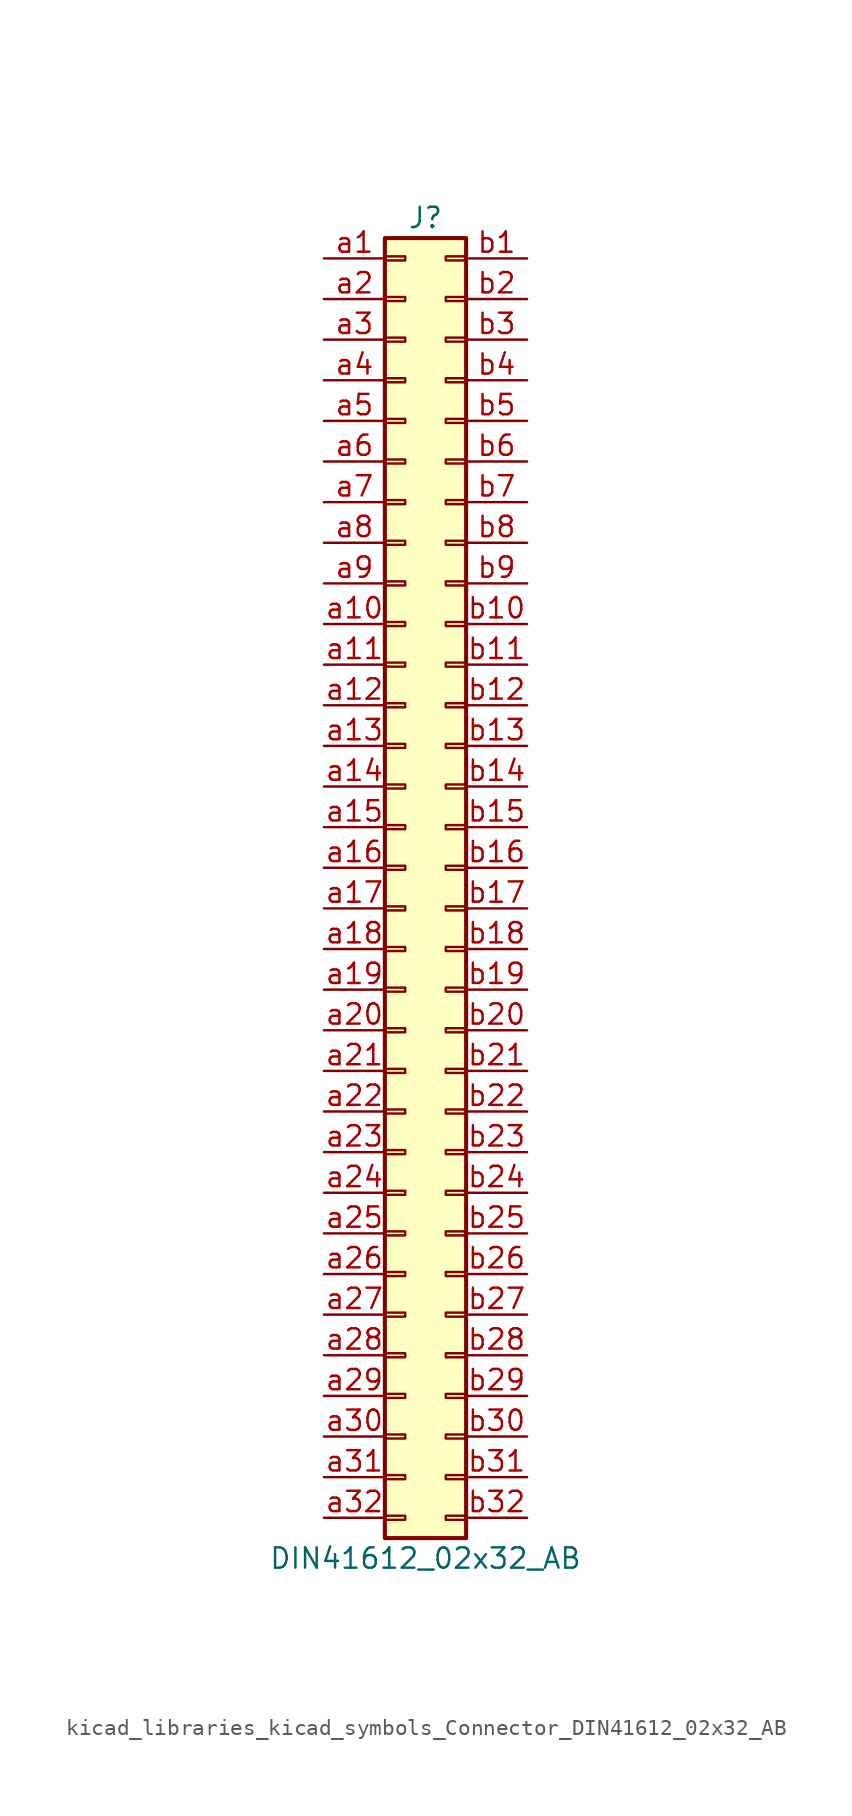
<source format=kicad_sym>
(kicad_symbol_lib
  (version 20220914)
  (generator kicad_symbol_editor)
  (symbol "kicad_libraries_kicad_symbols_Connector_DIN41612_02x32_AB"
    (pin_names
      (offset 1.016) hide)
    (property "Reference" "J"
      (at 1.27 40.64 0)
      (effects (font (size 1.27 1.27))))
    (property "Value" "DIN41612_02x32_AB"
      (at 1.27 -43.18 0)
      (effects (font (size 1.27 1.27))))
    (symbol "kicad_libraries_kicad_symbols_Connector_DIN41612_02x32_AB_1_1"
      (rectangle (start -1.27 -40.513) (end 0 -40.767) (stroke (width 0.152) (type default)) (fill (type none)))
      (rectangle (start -1.27 -37.973) (end 0 -38.227) (stroke (width 0.152) (type default)) (fill (type none)))
      (rectangle (start -1.27 -35.433) (end 0 -35.687) (stroke (width 0.152) (type default)) (fill (type none)))
      (rectangle (start -1.27 -32.893) (end 0 -33.147) (stroke (width 0.152) (type default)) (fill (type none)))
      (rectangle (start -1.27 -30.353) (end 0 -30.607) (stroke (width 0.152) (type default)) (fill (type none)))
      (rectangle (start -1.27 -27.813) (end 0 -28.067) (stroke (width 0.152) (type default)) (fill (type none)))
      (rectangle (start -1.27 -25.273) (end 0 -25.527) (stroke (width 0.152) (type default)) (fill (type none)))
      (rectangle (start -1.27 -22.733) (end 0 -22.987) (stroke (width 0.152) (type default)) (fill (type none)))
      (rectangle (start -1.27 -20.193) (end 0 -20.447) (stroke (width 0.152) (type default)) (fill (type none)))
      (rectangle (start -1.27 -17.653) (end 0 -17.907) (stroke (width 0.152) (type default)) (fill (type none)))
      (rectangle (start -1.27 -15.113) (end 0 -15.367) (stroke (width 0.152) (type default)) (fill (type none)))
      (rectangle (start -1.27 -12.573) (end 0 -12.827) (stroke (width 0.152) (type default)) (fill (type none)))
      (rectangle (start -1.27 -10.033) (end 0 -10.287) (stroke (width 0.152) (type default)) (fill (type none)))
      (rectangle (start -1.27 -7.493) (end 0 -7.747) (stroke (width 0.152) (type default)) (fill (type none)))
      (rectangle (start -1.27 -4.953) (end 0 -5.207) (stroke (width 0.152) (type default)) (fill (type none)))
      (rectangle (start -1.27 -2.413) (end 0 -2.667) (stroke (width 0.152) (type default)) (fill (type none)))
      (rectangle (start -1.27 0.127) (end 0 -0.127) (stroke (width 0.152) (type default)) (fill (type none)))
      (rectangle (start -1.27 2.667) (end 0 2.413) (stroke (width 0.152) (type default)) (fill (type none)))
      (rectangle (start -1.27 5.207) (end 0 4.953) (stroke (width 0.152) (type default)) (fill (type none)))
      (rectangle (start -1.27 7.747) (end 0 7.493) (stroke (width 0.152) (type default)) (fill (type none)))
      (rectangle (start -1.27 10.287) (end 0 10.033) (stroke (width 0.152) (type default)) (fill (type none)))
      (rectangle (start -1.27 12.827) (end 0 12.573) (stroke (width 0.152) (type default)) (fill (type none)))
      (rectangle (start -1.27 15.367) (end 0 15.113) (stroke (width 0.152) (type default)) (fill (type none)))
      (rectangle (start -1.27 17.907) (end 0 17.653) (stroke (width 0.152) (type default)) (fill (type none)))
      (rectangle (start -1.27 20.447) (end 0 20.193) (stroke (width 0.152) (type default)) (fill (type none)))
      (rectangle (start -1.27 22.987) (end 0 22.733) (stroke (width 0.152) (type default)) (fill (type none)))
      (rectangle (start -1.27 25.527) (end 0 25.273) (stroke (width 0.152) (type default)) (fill (type none)))
      (rectangle (start -1.27 28.067) (end 0 27.813) (stroke (width 0.152) (type default)) (fill (type none)))
      (rectangle (start -1.27 30.607) (end 0 30.353) (stroke (width 0.152) (type default)) (fill (type none)))
      (rectangle (start -1.27 33.147) (end 0 32.893) (stroke (width 0.152) (type default)) (fill (type none)))
      (rectangle (start -1.27 35.687) (end 0 35.433) (stroke (width 0.152) (type default)) (fill (type none)))
      (rectangle (start -1.27 38.227) (end 0 37.973) (stroke (width 0.152) (type default)) (fill (type none)))
      (rectangle (start -1.27 39.37) (end 3.81 -41.91) (stroke (width 0.254) (type default)) (fill (type background)))
      (rectangle (start 3.81 -40.513) (end 2.54 -40.767) (stroke (width 0.152) (type default)) (fill (type none)))
      (rectangle (start 3.81 -37.973) (end 2.54 -38.227) (stroke (width 0.152) (type default)) (fill (type none)))
      (rectangle (start 3.81 -35.433) (end 2.54 -35.687) (stroke (width 0.152) (type default)) (fill (type none)))
      (rectangle (start 3.81 -32.893) (end 2.54 -33.147) (stroke (width 0.152) (type default)) (fill (type none)))
      (rectangle (start 3.81 -30.353) (end 2.54 -30.607) (stroke (width 0.152) (type default)) (fill (type none)))
      (rectangle (start 3.81 -27.813) (end 2.54 -28.067) (stroke (width 0.152) (type default)) (fill (type none)))
      (rectangle (start 3.81 -25.273) (end 2.54 -25.527) (stroke (width 0.152) (type default)) (fill (type none)))
      (rectangle (start 3.81 -22.733) (end 2.54 -22.987) (stroke (width 0.152) (type default)) (fill (type none)))
      (rectangle (start 3.81 -20.193) (end 2.54 -20.447) (stroke (width 0.152) (type default)) (fill (type none)))
      (rectangle (start 3.81 -17.653) (end 2.54 -17.907) (stroke (width 0.152) (type default)) (fill (type none)))
      (rectangle (start 3.81 -15.113) (end 2.54 -15.367) (stroke (width 0.152) (type default)) (fill (type none)))
      (rectangle (start 3.81 -12.573) (end 2.54 -12.827) (stroke (width 0.152) (type default)) (fill (type none)))
      (rectangle (start 3.81 -10.033) (end 2.54 -10.287) (stroke (width 0.152) (type default)) (fill (type none)))
      (rectangle (start 3.81 -7.493) (end 2.54 -7.747) (stroke (width 0.152) (type default)) (fill (type none)))
      (rectangle (start 3.81 -4.953) (end 2.54 -5.207) (stroke (width 0.152) (type default)) (fill (type none)))
      (rectangle (start 3.81 -2.413) (end 2.54 -2.667) (stroke (width 0.152) (type default)) (fill (type none)))
      (rectangle (start 3.81 0.127) (end 2.54 -0.127) (stroke (width 0.152) (type default)) (fill (type none)))
      (rectangle (start 3.81 2.667) (end 2.54 2.413) (stroke (width 0.152) (type default)) (fill (type none)))
      (rectangle (start 3.81 5.207) (end 2.54 4.953) (stroke (width 0.152) (type default)) (fill (type none)))
      (rectangle (start 3.81 7.747) (end 2.54 7.493) (stroke (width 0.152) (type default)) (fill (type none)))
      (rectangle (start 3.81 10.287) (end 2.54 10.033) (stroke (width 0.152) (type default)) (fill (type none)))
      (rectangle (start 3.81 12.827) (end 2.54 12.573) (stroke (width 0.152) (type default)) (fill (type none)))
      (rectangle (start 3.81 15.367) (end 2.54 15.113) (stroke (width 0.152) (type default)) (fill (type none)))
      (rectangle (start 3.81 17.907) (end 2.54 17.653) (stroke (width 0.152) (type default)) (fill (type none)))
      (rectangle (start 3.81 20.447) (end 2.54 20.193) (stroke (width 0.152) (type default)) (fill (type none)))
      (rectangle (start 3.81 22.987) (end 2.54 22.733) (stroke (width 0.152) (type default)) (fill (type none)))
      (rectangle (start 3.81 25.527) (end 2.54 25.273) (stroke (width 0.152) (type default)) (fill (type none)))
      (rectangle (start 3.81 28.067) (end 2.54 27.813) (stroke (width 0.152) (type default)) (fill (type none)))
      (rectangle (start 3.81 30.607) (end 2.54 30.353) (stroke (width 0.152) (type default)) (fill (type none)))
      (rectangle (start 3.81 33.147) (end 2.54 32.893) (stroke (width 0.152) (type default)) (fill (type none)))
      (rectangle (start 3.81 35.687) (end 2.54 35.433) (stroke (width 0.152) (type default)) (fill (type none)))
      (rectangle (start 3.81 38.227) (end 2.54 37.973) (stroke (width 0.152) (type default)) (fill (type none)))
      (pin passive line (at -5.08 38.1 0) (length 3.81) (name "Pin_a1" (effects (font (size 1.27 1.27)))) (number "a1" (effects (font (size 1.27 1.27)))))
      (pin passive line (at -5.08 15.24 0) (length 3.81) (name "Pin_a10" (effects (font (size 1.27 1.27)))) (number "a10" (effects (font (size 1.27 1.27)))))
      (pin passive line (at -5.08 12.7 0) (length 3.81) (name "Pin_a11" (effects (font (size 1.27 1.27)))) (number "a11" (effects (font (size 1.27 1.27)))))
      (pin passive line (at -5.08 10.16 0) (length 3.81) (name "Pin_a12" (effects (font (size 1.27 1.27)))) (number "a12" (effects (font (size 1.27 1.27)))))
      (pin passive line (at -5.08 7.62 0) (length 3.81) (name "Pin_a13" (effects (font (size 1.27 1.27)))) (number "a13" (effects (font (size 1.27 1.27)))))
      (pin passive line (at -5.08 5.08 0) (length 3.81) (name "Pin_a14" (effects (font (size 1.27 1.27)))) (number "a14" (effects (font (size 1.27 1.27)))))
      (pin passive line (at -5.08 2.54 0) (length 3.81) (name "Pin_a15" (effects (font (size 1.27 1.27)))) (number "a15" (effects (font (size 1.27 1.27)))))
      (pin passive line (at -5.08 0 0) (length 3.81) (name "Pin_a16" (effects (font (size 1.27 1.27)))) (number "a16" (effects (font (size 1.27 1.27)))))
      (pin passive line (at -5.08 -2.54 0) (length 3.81) (name "Pin_a17" (effects (font (size 1.27 1.27)))) (number "a17" (effects (font (size 1.27 1.27)))))
      (pin passive line (at -5.08 -5.08 0) (length 3.81) (name "Pin_a18" (effects (font (size 1.27 1.27)))) (number "a18" (effects (font (size 1.27 1.27)))))
      (pin passive line (at -5.08 -7.62 0) (length 3.81) (name "Pin_a19" (effects (font (size 1.27 1.27)))) (number "a19" (effects (font (size 1.27 1.27)))))
      (pin passive line (at -5.08 35.56 0) (length 3.81) (name "Pin_a2" (effects (font (size 1.27 1.27)))) (number "a2" (effects (font (size 1.27 1.27)))))
      (pin passive line (at -5.08 -10.16 0) (length 3.81) (name "Pin_a20" (effects (font (size 1.27 1.27)))) (number "a20" (effects (font (size 1.27 1.27)))))
      (pin passive line (at -5.08 -12.7 0) (length 3.81) (name "Pin_a21" (effects (font (size 1.27 1.27)))) (number "a21" (effects (font (size 1.27 1.27)))))
      (pin passive line (at -5.08 -15.24 0) (length 3.81) (name "Pin_a22" (effects (font (size 1.27 1.27)))) (number "a22" (effects (font (size 1.27 1.27)))))
      (pin passive line (at -5.08 -17.78 0) (length 3.81) (name "Pin_a23" (effects (font (size 1.27 1.27)))) (number "a23" (effects (font (size 1.27 1.27)))))
      (pin passive line (at -5.08 -20.32 0) (length 3.81) (name "Pin_a24" (effects (font (size 1.27 1.27)))) (number "a24" (effects (font (size 1.27 1.27)))))
      (pin passive line (at -5.08 -22.86 0) (length 3.81) (name "Pin_a25" (effects (font (size 1.27 1.27)))) (number "a25" (effects (font (size 1.27 1.27)))))
      (pin passive line (at -5.08 -25.4 0) (length 3.81) (name "Pin_a26" (effects (font (size 1.27 1.27)))) (number "a26" (effects (font (size 1.27 1.27)))))
      (pin passive line (at -5.08 -27.94 0) (length 3.81) (name "Pin_a27" (effects (font (size 1.27 1.27)))) (number "a27" (effects (font (size 1.27 1.27)))))
      (pin passive line (at -5.08 -30.48 0) (length 3.81) (name "Pin_a28" (effects (font (size 1.27 1.27)))) (number "a28" (effects (font (size 1.27 1.27)))))
      (pin passive line (at -5.08 -33.02 0) (length 3.81) (name "Pin_a29" (effects (font (size 1.27 1.27)))) (number "a29" (effects (font (size 1.27 1.27)))))
      (pin passive line (at -5.08 33.02 0) (length 3.81) (name "Pin_a3" (effects (font (size 1.27 1.27)))) (number "a3" (effects (font (size 1.27 1.27)))))
      (pin passive line (at -5.08 -35.56 0) (length 3.81) (name "Pin_a30" (effects (font (size 1.27 1.27)))) (number "a30" (effects (font (size 1.27 1.27)))))
      (pin passive line (at -5.08 -38.1 0) (length 3.81) (name "Pin_a31" (effects (font (size 1.27 1.27)))) (number "a31" (effects (font (size 1.27 1.27)))))
      (pin passive line (at -5.08 -40.64 0) (length 3.81) (name "Pin_a32" (effects (font (size 1.27 1.27)))) (number "a32" (effects (font (size 1.27 1.27)))))
      (pin passive line (at -5.08 30.48 0) (length 3.81) (name "Pin_a4" (effects (font (size 1.27 1.27)))) (number "a4" (effects (font (size 1.27 1.27)))))
      (pin passive line (at -5.08 27.94 0) (length 3.81) (name "Pin_a5" (effects (font (size 1.27 1.27)))) (number "a5" (effects (font (size 1.27 1.27)))))
      (pin passive line (at -5.08 25.4 0) (length 3.81) (name "Pin_a6" (effects (font (size 1.27 1.27)))) (number "a6" (effects (font (size 1.27 1.27)))))
      (pin passive line (at -5.08 22.86 0) (length 3.81) (name "Pin_a7" (effects (font (size 1.27 1.27)))) (number "a7" (effects (font (size 1.27 1.27)))))
      (pin passive line (at -5.08 20.32 0) (length 3.81) (name "Pin_a8" (effects (font (size 1.27 1.27)))) (number "a8" (effects (font (size 1.27 1.27)))))
      (pin passive line (at -5.08 17.78 0) (length 3.81) (name "Pin_a9" (effects (font (size 1.27 1.27)))) (number "a9" (effects (font (size 1.27 1.27)))))
      (pin passive line (at 7.62 38.1 180) (length 3.81) (name "Pin_b1" (effects (font (size 1.27 1.27)))) (number "b1" (effects (font (size 1.27 1.27)))))
      (pin passive line (at 7.62 15.24 180) (length 3.81) (name "Pin_b10" (effects (font (size 1.27 1.27)))) (number "b10" (effects (font (size 1.27 1.27)))))
      (pin passive line (at 7.62 12.7 180) (length 3.81) (name "Pin_b11" (effects (font (size 1.27 1.27)))) (number "b11" (effects (font (size 1.27 1.27)))))
      (pin passive line (at 7.62 10.16 180) (length 3.81) (name "Pin_b12" (effects (font (size 1.27 1.27)))) (number "b12" (effects (font (size 1.27 1.27)))))
      (pin passive line (at 7.62 7.62 180) (length 3.81) (name "Pin_b13" (effects (font (size 1.27 1.27)))) (number "b13" (effects (font (size 1.27 1.27)))))
      (pin passive line (at 7.62 5.08 180) (length 3.81) (name "Pin_b14" (effects (font (size 1.27 1.27)))) (number "b14" (effects (font (size 1.27 1.27)))))
      (pin passive line (at 7.62 2.54 180) (length 3.81) (name "Pin_b15" (effects (font (size 1.27 1.27)))) (number "b15" (effects (font (size 1.27 1.27)))))
      (pin passive line (at 7.62 0 180) (length 3.81) (name "Pin_b16" (effects (font (size 1.27 1.27)))) (number "b16" (effects (font (size 1.27 1.27)))))
      (pin passive line (at 7.62 -2.54 180) (length 3.81) (name "Pin_b17" (effects (font (size 1.27 1.27)))) (number "b17" (effects (font (size 1.27 1.27)))))
      (pin passive line (at 7.62 -5.08 180) (length 3.81) (name "Pin_b18" (effects (font (size 1.27 1.27)))) (number "b18" (effects (font (size 1.27 1.27)))))
      (pin passive line (at 7.62 -7.62 180) (length 3.81) (name "Pin_b19" (effects (font (size 1.27 1.27)))) (number "b19" (effects (font (size 1.27 1.27)))))
      (pin passive line (at 7.62 35.56 180) (length 3.81) (name "Pin_b2" (effects (font (size 1.27 1.27)))) (number "b2" (effects (font (size 1.27 1.27)))))
      (pin passive line (at 7.62 -10.16 180) (length 3.81) (name "Pin_b20" (effects (font (size 1.27 1.27)))) (number "b20" (effects (font (size 1.27 1.27)))))
      (pin passive line (at 7.62 -12.7 180) (length 3.81) (name "Pin_b21" (effects (font (size 1.27 1.27)))) (number "b21" (effects (font (size 1.27 1.27)))))
      (pin passive line (at 7.62 -15.24 180) (length 3.81) (name "Pin_b22" (effects (font (size 1.27 1.27)))) (number "b22" (effects (font (size 1.27 1.27)))))
      (pin passive line (at 7.62 -17.78 180) (length 3.81) (name "Pin_b23" (effects (font (size 1.27 1.27)))) (number "b23" (effects (font (size 1.27 1.27)))))
      (pin passive line (at 7.62 -20.32 180) (length 3.81) (name "Pin_b24" (effects (font (size 1.27 1.27)))) (number "b24" (effects (font (size 1.27 1.27)))))
      (pin passive line (at 7.62 -22.86 180) (length 3.81) (name "Pin_b25" (effects (font (size 1.27 1.27)))) (number "b25" (effects (font (size 1.27 1.27)))))
      (pin passive line (at 7.62 -25.4 180) (length 3.81) (name "Pin_b26" (effects (font (size 1.27 1.27)))) (number "b26" (effects (font (size 1.27 1.27)))))
      (pin passive line (at 7.62 -27.94 180) (length 3.81) (name "Pin_b27" (effects (font (size 1.27 1.27)))) (number "b27" (effects (font (size 1.27 1.27)))))
      (pin passive line (at 7.62 -30.48 180) (length 3.81) (name "Pin_b28" (effects (font (size 1.27 1.27)))) (number "b28" (effects (font (size 1.27 1.27)))))
      (pin passive line (at 7.62 -33.02 180) (length 3.81) (name "Pin_b29" (effects (font (size 1.27 1.27)))) (number "b29" (effects (font (size 1.27 1.27)))))
      (pin passive line (at 7.62 33.02 180) (length 3.81) (name "Pin_b3" (effects (font (size 1.27 1.27)))) (number "b3" (effects (font (size 1.27 1.27)))))
      (pin passive line (at 7.62 -35.56 180) (length 3.81) (name "Pin_b30" (effects (font (size 1.27 1.27)))) (number "b30" (effects (font (size 1.27 1.27)))))
      (pin passive line (at 7.62 -38.1 180) (length 3.81) (name "Pin_b31" (effects (font (size 1.27 1.27)))) (number "b31" (effects (font (size 1.27 1.27)))))
      (pin passive line (at 7.62 -40.64 180) (length 3.81) (name "Pin_b32" (effects (font (size 1.27 1.27)))) (number "b32" (effects (font (size 1.27 1.27)))))
      (pin passive line (at 7.62 30.48 180) (length 3.81) (name "Pin_b4" (effects (font (size 1.27 1.27)))) (number "b4" (effects (font (size 1.27 1.27)))))
      (pin passive line (at 7.62 27.94 180) (length 3.81) (name "Pin_b5" (effects (font (size 1.27 1.27)))) (number "b5" (effects (font (size 1.27 1.27)))))
      (pin passive line (at 7.62 25.4 180) (length 3.81) (name "Pin_b6" (effects (font (size 1.27 1.27)))) (number "b6" (effects (font (size 1.27 1.27)))))
      (pin passive line (at 7.62 22.86 180) (length 3.81) (name "Pin_b7" (effects (font (size 1.27 1.27)))) (number "b7" (effects (font (size 1.27 1.27)))))
      (pin passive line (at 7.62 20.32 180) (length 3.81) (name "Pin_b8" (effects (font (size 1.27 1.27)))) (number "b8" (effects (font (size 1.27 1.27)))))
      (pin passive line (at 7.62 17.78 180) (length 3.81) (name "Pin_b9" (effects (font (size 1.27 1.27)))) (number "b9" (effects (font (size 1.27 1.27))))))))
</source>
